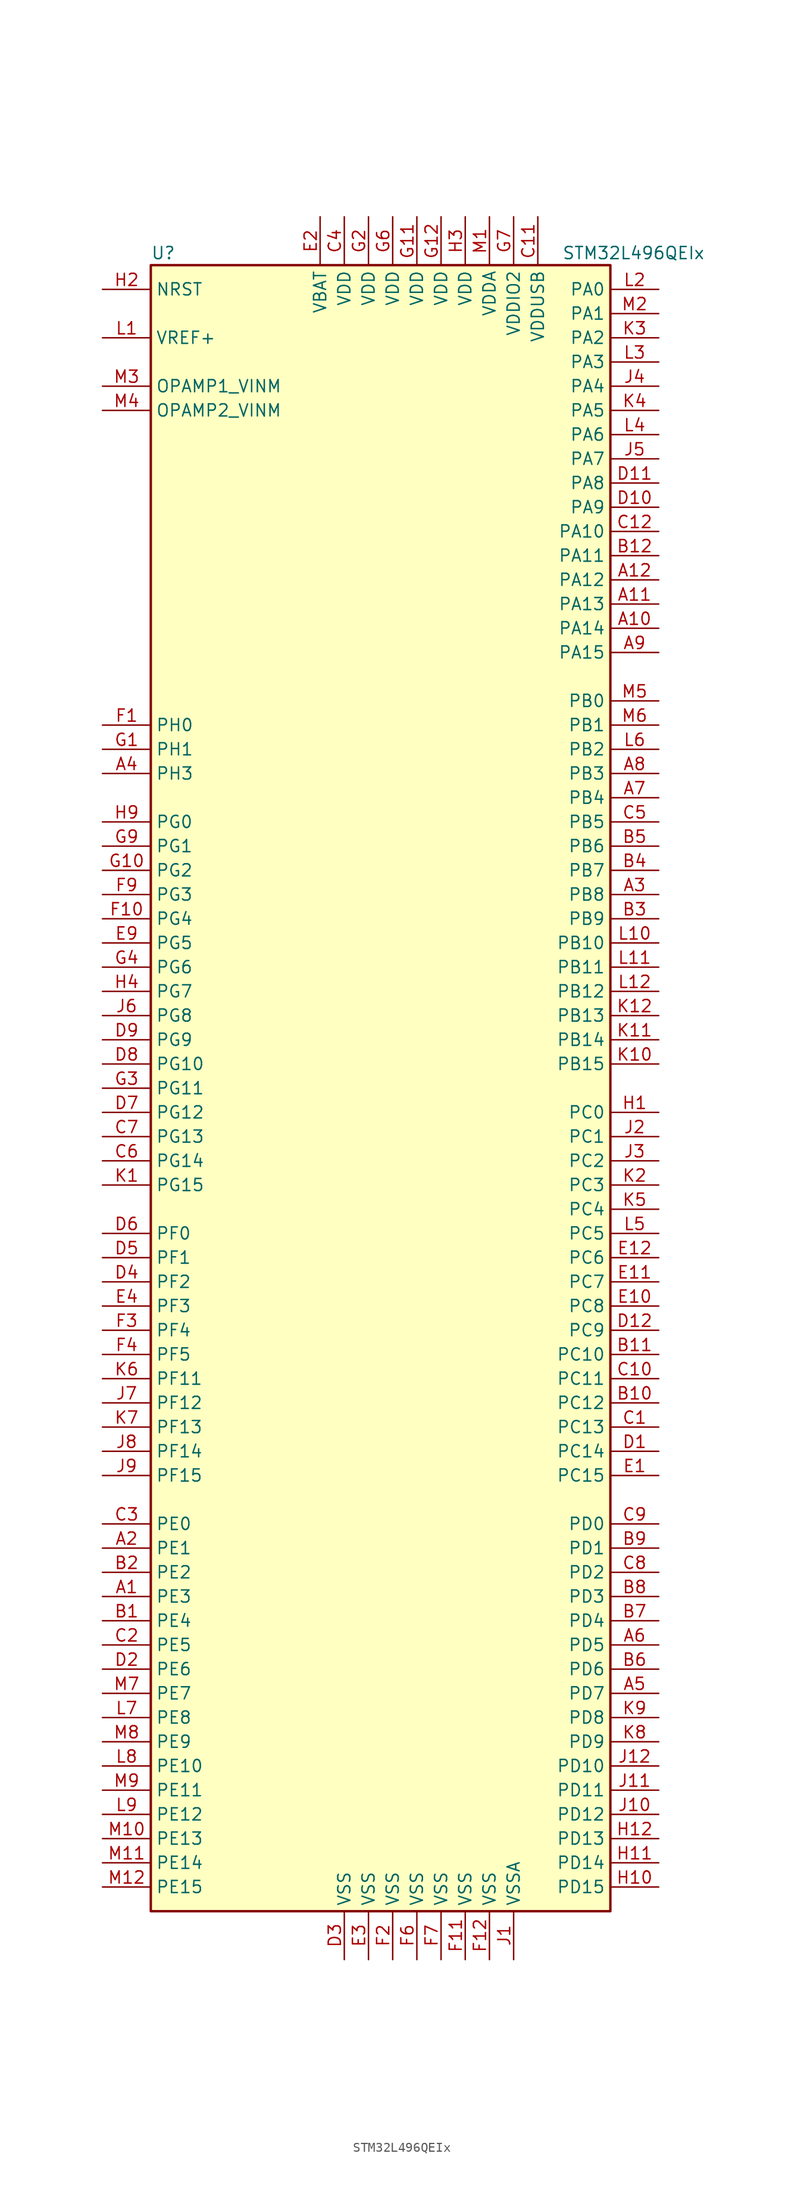
<source format=kicad_sym>
(kicad_symbol_lib
  (version 20201005)
  (generator kicad_symbol_editor)
  (symbol "STM32L496QEIx"
    (property "Reference" "U"
      (at -25.4 87.63 0)
      (effects (font (size 1.27 1.27)) (justify left)))
    (property "Value" "STM32L496QEIx"
      (at 17.78 87.63 0)
      (effects (font (size 1.27 1.27)) (justify left)))
    (symbol "STM32L496QEIx_0_1"
      (rectangle (start -25.4 -86.36) (end 22.86 86.36) (stroke (width 0.254)) (fill (type background))))
    (symbol "STM32L496QEIx_1_1"
      (pin input line (at -30.48 83.82 0) (length 5.08) (name "NRST" (effects (font (size 1.27 1.27)))) (number "H2" (effects (font (size 1.27 1.27)))))
      (pin bidirectional line (at -30.48 73.66 0) (length 5.08) (name "OPAMP1_VINM" (effects (font (size 1.27 1.27)))) (number "M3" (effects (font (size 1.27 1.27)))))
      (pin bidirectional line (at -30.48 71.12 0) (length 5.08) (name "OPAMP2_VINM" (effects (font (size 1.27 1.27)))) (number "M4" (effects (font (size 1.27 1.27)))))
      (pin bidirectional line (at 27.94 83.82 180) (length 5.08) (name "PA0" (effects (font (size 1.27 1.27)))) (number "L2" (effects (font (size 1.27 1.27)))))
      (pin bidirectional line (at 27.94 81.28 180) (length 5.08) (name "PA1" (effects (font (size 1.27 1.27)))) (number "M2" (effects (font (size 1.27 1.27)))))
      (pin bidirectional line (at 27.94 58.42 180) (length 5.08) (name "PA10" (effects (font (size 1.27 1.27)))) (number "C12" (effects (font (size 1.27 1.27)))))
      (pin bidirectional line (at 27.94 55.88 180) (length 5.08) (name "PA11" (effects (font (size 1.27 1.27)))) (number "B12" (effects (font (size 1.27 1.27)))))
      (pin bidirectional line (at 27.94 53.34 180) (length 5.08) (name "PA12" (effects (font (size 1.27 1.27)))) (number "A12" (effects (font (size 1.27 1.27)))))
      (pin bidirectional line (at 27.94 50.8 180) (length 5.08) (name "PA13" (effects (font (size 1.27 1.27)))) (number "A11" (effects (font (size 1.27 1.27)))))
      (pin bidirectional line (at 27.94 48.26 180) (length 5.08) (name "PA14" (effects (font (size 1.27 1.27)))) (number "A10" (effects (font (size 1.27 1.27)))))
      (pin bidirectional line (at 27.94 45.72 180) (length 5.08) (name "PA15" (effects (font (size 1.27 1.27)))) (number "A9" (effects (font (size 1.27 1.27)))))
      (pin bidirectional line (at 27.94 78.74 180) (length 5.08) (name "PA2" (effects (font (size 1.27 1.27)))) (number "K3" (effects (font (size 1.27 1.27)))))
      (pin bidirectional line (at 27.94 76.2 180) (length 5.08) (name "PA3" (effects (font (size 1.27 1.27)))) (number "L3" (effects (font (size 1.27 1.27)))))
      (pin bidirectional line (at 27.94 73.66 180) (length 5.08) (name "PA4" (effects (font (size 1.27 1.27)))) (number "J4" (effects (font (size 1.27 1.27)))))
      (pin bidirectional line (at 27.94 71.12 180) (length 5.08) (name "PA5" (effects (font (size 1.27 1.27)))) (number "K4" (effects (font (size 1.27 1.27)))))
      (pin bidirectional line (at 27.94 68.58 180) (length 5.08) (name "PA6" (effects (font (size 1.27 1.27)))) (number "L4" (effects (font (size 1.27 1.27)))))
      (pin bidirectional line (at 27.94 66.04 180) (length 5.08) (name "PA7" (effects (font (size 1.27 1.27)))) (number "J5" (effects (font (size 1.27 1.27)))))
      (pin bidirectional line (at 27.94 63.5 180) (length 5.08) (name "PA8" (effects (font (size 1.27 1.27)))) (number "D11" (effects (font (size 1.27 1.27)))))
      (pin bidirectional line (at 27.94 60.96 180) (length 5.08) (name "PA9" (effects (font (size 1.27 1.27)))) (number "D10" (effects (font (size 1.27 1.27)))))
      (pin bidirectional line (at 27.94 40.64 180) (length 5.08) (name "PB0" (effects (font (size 1.27 1.27)))) (number "M5" (effects (font (size 1.27 1.27)))))
      (pin bidirectional line (at 27.94 38.1 180) (length 5.08) (name "PB1" (effects (font (size 1.27 1.27)))) (number "M6" (effects (font (size 1.27 1.27)))))
      (pin bidirectional line (at 27.94 15.24 180) (length 5.08) (name "PB10" (effects (font (size 1.27 1.27)))) (number "L10" (effects (font (size 1.27 1.27)))))
      (pin bidirectional line (at 27.94 12.7 180) (length 5.08) (name "PB11" (effects (font (size 1.27 1.27)))) (number "L11" (effects (font (size 1.27 1.27)))))
      (pin bidirectional line (at 27.94 10.16 180) (length 5.08) (name "PB12" (effects (font (size 1.27 1.27)))) (number "L12" (effects (font (size 1.27 1.27)))))
      (pin bidirectional line (at 27.94 7.62 180) (length 5.08) (name "PB13" (effects (font (size 1.27 1.27)))) (number "K12" (effects (font (size 1.27 1.27)))))
      (pin bidirectional line (at 27.94 5.08 180) (length 5.08) (name "PB14" (effects (font (size 1.27 1.27)))) (number "K11" (effects (font (size 1.27 1.27)))))
      (pin bidirectional line (at 27.94 2.54 180) (length 5.08) (name "PB15" (effects (font (size 1.27 1.27)))) (number "K10" (effects (font (size 1.27 1.27)))))
      (pin bidirectional line (at 27.94 35.56 180) (length 5.08) (name "PB2" (effects (font (size 1.27 1.27)))) (number "L6" (effects (font (size 1.27 1.27)))))
      (pin bidirectional line (at 27.94 33.02 180) (length 5.08) (name "PB3" (effects (font (size 1.27 1.27)))) (number "A8" (effects (font (size 1.27 1.27)))))
      (pin bidirectional line (at 27.94 30.48 180) (length 5.08) (name "PB4" (effects (font (size 1.27 1.27)))) (number "A7" (effects (font (size 1.27 1.27)))))
      (pin bidirectional line (at 27.94 27.94 180) (length 5.08) (name "PB5" (effects (font (size 1.27 1.27)))) (number "C5" (effects (font (size 1.27 1.27)))))
      (pin bidirectional line (at 27.94 25.4 180) (length 5.08) (name "PB6" (effects (font (size 1.27 1.27)))) (number "B5" (effects (font (size 1.27 1.27)))))
      (pin bidirectional line (at 27.94 22.86 180) (length 5.08) (name "PB7" (effects (font (size 1.27 1.27)))) (number "B4" (effects (font (size 1.27 1.27)))))
      (pin bidirectional line (at 27.94 20.32 180) (length 5.08) (name "PB8" (effects (font (size 1.27 1.27)))) (number "A3" (effects (font (size 1.27 1.27)))))
      (pin bidirectional line (at 27.94 17.78 180) (length 5.08) (name "PB9" (effects (font (size 1.27 1.27)))) (number "B3" (effects (font (size 1.27 1.27)))))
      (pin bidirectional line (at 27.94 -2.54 180) (length 5.08) (name "PC0" (effects (font (size 1.27 1.27)))) (number "H1" (effects (font (size 1.27 1.27)))))
      (pin bidirectional line (at 27.94 -5.08 180) (length 5.08) (name "PC1" (effects (font (size 1.27 1.27)))) (number "J2" (effects (font (size 1.27 1.27)))))
      (pin bidirectional line (at 27.94 -27.94 180) (length 5.08) (name "PC10" (effects (font (size 1.27 1.27)))) (number "B11" (effects (font (size 1.27 1.27)))))
      (pin bidirectional line (at 27.94 -30.48 180) (length 5.08) (name "PC11" (effects (font (size 1.27 1.27)))) (number "C10" (effects (font (size 1.27 1.27)))))
      (pin bidirectional line (at 27.94 -33.02 180) (length 5.08) (name "PC12" (effects (font (size 1.27 1.27)))) (number "B10" (effects (font (size 1.27 1.27)))))
      (pin bidirectional line (at 27.94 -35.56 180) (length 5.08) (name "PC13" (effects (font (size 1.27 1.27)))) (number "C1" (effects (font (size 1.27 1.27)))))
      (pin bidirectional line (at 27.94 -38.1 180) (length 5.08) (name "PC14" (effects (font (size 1.27 1.27)))) (number "D1" (effects (font (size 1.27 1.27)))))
      (pin bidirectional line (at 27.94 -40.64 180) (length 5.08) (name "PC15" (effects (font (size 1.27 1.27)))) (number "E1" (effects (font (size 1.27 1.27)))))
      (pin bidirectional line (at 27.94 -7.62 180) (length 5.08) (name "PC2" (effects (font (size 1.27 1.27)))) (number "J3" (effects (font (size 1.27 1.27)))))
      (pin bidirectional line (at 27.94 -10.16 180) (length 5.08) (name "PC3" (effects (font (size 1.27 1.27)))) (number "K2" (effects (font (size 1.27 1.27)))))
      (pin bidirectional line (at 27.94 -12.7 180) (length 5.08) (name "PC4" (effects (font (size 1.27 1.27)))) (number "K5" (effects (font (size 1.27 1.27)))))
      (pin bidirectional line (at 27.94 -15.24 180) (length 5.08) (name "PC5" (effects (font (size 1.27 1.27)))) (number "L5" (effects (font (size 1.27 1.27)))))
      (pin bidirectional line (at 27.94 -17.78 180) (length 5.08) (name "PC6" (effects (font (size 1.27 1.27)))) (number "E12" (effects (font (size 1.27 1.27)))))
      (pin bidirectional line (at 27.94 -20.32 180) (length 5.08) (name "PC7" (effects (font (size 1.27 1.27)))) (number "E11" (effects (font (size 1.27 1.27)))))
      (pin bidirectional line (at 27.94 -22.86 180) (length 5.08) (name "PC8" (effects (font (size 1.27 1.27)))) (number "E10" (effects (font (size 1.27 1.27)))))
      (pin bidirectional line (at 27.94 -25.4 180) (length 5.08) (name "PC9" (effects (font (size 1.27 1.27)))) (number "D12" (effects (font (size 1.27 1.27)))))
      (pin bidirectional line (at 27.94 -45.72 180) (length 5.08) (name "PD0" (effects (font (size 1.27 1.27)))) (number "C9" (effects (font (size 1.27 1.27)))))
      (pin bidirectional line (at 27.94 -48.26 180) (length 5.08) (name "PD1" (effects (font (size 1.27 1.27)))) (number "B9" (effects (font (size 1.27 1.27)))))
      (pin bidirectional line (at 27.94 -71.12 180) (length 5.08) (name "PD10" (effects (font (size 1.27 1.27)))) (number "J12" (effects (font (size 1.27 1.27)))))
      (pin bidirectional line (at 27.94 -73.66 180) (length 5.08) (name "PD11" (effects (font (size 1.27 1.27)))) (number "J11" (effects (font (size 1.27 1.27)))))
      (pin bidirectional line (at 27.94 -76.2 180) (length 5.08) (name "PD12" (effects (font (size 1.27 1.27)))) (number "J10" (effects (font (size 1.27 1.27)))))
      (pin bidirectional line (at 27.94 -78.74 180) (length 5.08) (name "PD13" (effects (font (size 1.27 1.27)))) (number "H12" (effects (font (size 1.27 1.27)))))
      (pin bidirectional line (at 27.94 -81.28 180) (length 5.08) (name "PD14" (effects (font (size 1.27 1.27)))) (number "H11" (effects (font (size 1.27 1.27)))))
      (pin bidirectional line (at 27.94 -83.82 180) (length 5.08) (name "PD15" (effects (font (size 1.27 1.27)))) (number "H10" (effects (font (size 1.27 1.27)))))
      (pin bidirectional line (at 27.94 -50.8 180) (length 5.08) (name "PD2" (effects (font (size 1.27 1.27)))) (number "C8" (effects (font (size 1.27 1.27)))))
      (pin bidirectional line (at 27.94 -53.34 180) (length 5.08) (name "PD3" (effects (font (size 1.27 1.27)))) (number "B8" (effects (font (size 1.27 1.27)))))
      (pin bidirectional line (at 27.94 -55.88 180) (length 5.08) (name "PD4" (effects (font (size 1.27 1.27)))) (number "B7" (effects (font (size 1.27 1.27)))))
      (pin bidirectional line (at 27.94 -58.42 180) (length 5.08) (name "PD5" (effects (font (size 1.27 1.27)))) (number "A6" (effects (font (size 1.27 1.27)))))
      (pin bidirectional line (at 27.94 -60.96 180) (length 5.08) (name "PD6" (effects (font (size 1.27 1.27)))) (number "B6" (effects (font (size 1.27 1.27)))))
      (pin bidirectional line (at 27.94 -63.5 180) (length 5.08) (name "PD7" (effects (font (size 1.27 1.27)))) (number "A5" (effects (font (size 1.27 1.27)))))
      (pin bidirectional line (at 27.94 -66.04 180) (length 5.08) (name "PD8" (effects (font (size 1.27 1.27)))) (number "K9" (effects (font (size 1.27 1.27)))))
      (pin bidirectional line (at 27.94 -68.58 180) (length 5.08) (name "PD9" (effects (font (size 1.27 1.27)))) (number "K8" (effects (font (size 1.27 1.27)))))
      (pin bidirectional line (at -30.48 -45.72 0) (length 5.08) (name "PE0" (effects (font (size 1.27 1.27)))) (number "C3" (effects (font (size 1.27 1.27)))))
      (pin bidirectional line (at -30.48 -48.26 0) (length 5.08) (name "PE1" (effects (font (size 1.27 1.27)))) (number "A2" (effects (font (size 1.27 1.27)))))
      (pin bidirectional line (at -30.48 -71.12 0) (length 5.08) (name "PE10" (effects (font (size 1.27 1.27)))) (number "L8" (effects (font (size 1.27 1.27)))))
      (pin bidirectional line (at -30.48 -73.66 0) (length 5.08) (name "PE11" (effects (font (size 1.27 1.27)))) (number "M9" (effects (font (size 1.27 1.27)))))
      (pin bidirectional line (at -30.48 -76.2 0) (length 5.08) (name "PE12" (effects (font (size 1.27 1.27)))) (number "L9" (effects (font (size 1.27 1.27)))))
      (pin bidirectional line (at -30.48 -78.74 0) (length 5.08) (name "PE13" (effects (font (size 1.27 1.27)))) (number "M10" (effects (font (size 1.27 1.27)))))
      (pin bidirectional line (at -30.48 -81.28 0) (length 5.08) (name "PE14" (effects (font (size 1.27 1.27)))) (number "M11" (effects (font (size 1.27 1.27)))))
      (pin bidirectional line (at -30.48 -83.82 0) (length 5.08) (name "PE15" (effects (font (size 1.27 1.27)))) (number "M12" (effects (font (size 1.27 1.27)))))
      (pin bidirectional line (at -30.48 -50.8 0) (length 5.08) (name "PE2" (effects (font (size 1.27 1.27)))) (number "B2" (effects (font (size 1.27 1.27)))))
      (pin bidirectional line (at -30.48 -53.34 0) (length 5.08) (name "PE3" (effects (font (size 1.27 1.27)))) (number "A1" (effects (font (size 1.27 1.27)))))
      (pin bidirectional line (at -30.48 -55.88 0) (length 5.08) (name "PE4" (effects (font (size 1.27 1.27)))) (number "B1" (effects (font (size 1.27 1.27)))))
      (pin bidirectional line (at -30.48 -58.42 0) (length 5.08) (name "PE5" (effects (font (size 1.27 1.27)))) (number "C2" (effects (font (size 1.27 1.27)))))
      (pin bidirectional line (at -30.48 -60.96 0) (length 5.08) (name "PE6" (effects (font (size 1.27 1.27)))) (number "D2" (effects (font (size 1.27 1.27)))))
      (pin bidirectional line (at -30.48 -63.5 0) (length 5.08) (name "PE7" (effects (font (size 1.27 1.27)))) (number "M7" (effects (font (size 1.27 1.27)))))
      (pin bidirectional line (at -30.48 -66.04 0) (length 5.08) (name "PE8" (effects (font (size 1.27 1.27)))) (number "L7" (effects (font (size 1.27 1.27)))))
      (pin bidirectional line (at -30.48 -68.58 0) (length 5.08) (name "PE9" (effects (font (size 1.27 1.27)))) (number "M8" (effects (font (size 1.27 1.27)))))
      (pin bidirectional line (at -30.48 -15.24 0) (length 5.08) (name "PF0" (effects (font (size 1.27 1.27)))) (number "D6" (effects (font (size 1.27 1.27)))))
      (pin bidirectional line (at -30.48 -17.78 0) (length 5.08) (name "PF1" (effects (font (size 1.27 1.27)))) (number "D5" (effects (font (size 1.27 1.27)))))
      (pin bidirectional line (at -30.48 -30.48 0) (length 5.08) (name "PF11" (effects (font (size 1.27 1.27)))) (number "K6" (effects (font (size 1.27 1.27)))))
      (pin bidirectional line (at -30.48 -33.02 0) (length 5.08) (name "PF12" (effects (font (size 1.27 1.27)))) (number "J7" (effects (font (size 1.27 1.27)))))
      (pin bidirectional line (at -30.48 -35.56 0) (length 5.08) (name "PF13" (effects (font (size 1.27 1.27)))) (number "K7" (effects (font (size 1.27 1.27)))))
      (pin bidirectional line (at -30.48 -38.1 0) (length 5.08) (name "PF14" (effects (font (size 1.27 1.27)))) (number "J8" (effects (font (size 1.27 1.27)))))
      (pin bidirectional line (at -30.48 -40.64 0) (length 5.08) (name "PF15" (effects (font (size 1.27 1.27)))) (number "J9" (effects (font (size 1.27 1.27)))))
      (pin bidirectional line (at -30.48 -20.32 0) (length 5.08) (name "PF2" (effects (font (size 1.27 1.27)))) (number "D4" (effects (font (size 1.27 1.27)))))
      (pin bidirectional line (at -30.48 -22.86 0) (length 5.08) (name "PF3" (effects (font (size 1.27 1.27)))) (number "E4" (effects (font (size 1.27 1.27)))))
      (pin bidirectional line (at -30.48 -25.4 0) (length 5.08) (name "PF4" (effects (font (size 1.27 1.27)))) (number "F3" (effects (font (size 1.27 1.27)))))
      (pin bidirectional line (at -30.48 -27.94 0) (length 5.08) (name "PF5" (effects (font (size 1.27 1.27)))) (number "F4" (effects (font (size 1.27 1.27)))))
      (pin bidirectional line (at -30.48 27.94 0) (length 5.08) (name "PG0" (effects (font (size 1.27 1.27)))) (number "H9" (effects (font (size 1.27 1.27)))))
      (pin bidirectional line (at -30.48 25.4 0) (length 5.08) (name "PG1" (effects (font (size 1.27 1.27)))) (number "G9" (effects (font (size 1.27 1.27)))))
      (pin bidirectional line (at -30.48 2.54 0) (length 5.08) (name "PG10" (effects (font (size 1.27 1.27)))) (number "D8" (effects (font (size 1.27 1.27)))))
      (pin bidirectional line (at -30.48 0 0) (length 5.08) (name "PG11" (effects (font (size 1.27 1.27)))) (number "G3" (effects (font (size 1.27 1.27)))))
      (pin bidirectional line (at -30.48 -2.54 0) (length 5.08) (name "PG12" (effects (font (size 1.27 1.27)))) (number "D7" (effects (font (size 1.27 1.27)))))
      (pin bidirectional line (at -30.48 -5.08 0) (length 5.08) (name "PG13" (effects (font (size 1.27 1.27)))) (number "C7" (effects (font (size 1.27 1.27)))))
      (pin bidirectional line (at -30.48 -7.62 0) (length 5.08) (name "PG14" (effects (font (size 1.27 1.27)))) (number "C6" (effects (font (size 1.27 1.27)))))
      (pin bidirectional line (at -30.48 -10.16 0) (length 5.08) (name "PG15" (effects (font (size 1.27 1.27)))) (number "K1" (effects (font (size 1.27 1.27)))))
      (pin bidirectional line (at -30.48 22.86 0) (length 5.08) (name "PG2" (effects (font (size 1.27 1.27)))) (number "G10" (effects (font (size 1.27 1.27)))))
      (pin bidirectional line (at -30.48 20.32 0) (length 5.08) (name "PG3" (effects (font (size 1.27 1.27)))) (number "F9" (effects (font (size 1.27 1.27)))))
      (pin bidirectional line (at -30.48 17.78 0) (length 5.08) (name "PG4" (effects (font (size 1.27 1.27)))) (number "F10" (effects (font (size 1.27 1.27)))))
      (pin bidirectional line (at -30.48 15.24 0) (length 5.08) (name "PG5" (effects (font (size 1.27 1.27)))) (number "E9" (effects (font (size 1.27 1.27)))))
      (pin bidirectional line (at -30.48 12.7 0) (length 5.08) (name "PG6" (effects (font (size 1.27 1.27)))) (number "G4" (effects (font (size 1.27 1.27)))))
      (pin bidirectional line (at -30.48 10.16 0) (length 5.08) (name "PG7" (effects (font (size 1.27 1.27)))) (number "H4" (effects (font (size 1.27 1.27)))))
      (pin bidirectional line (at -30.48 7.62 0) (length 5.08) (name "PG8" (effects (font (size 1.27 1.27)))) (number "J6" (effects (font (size 1.27 1.27)))))
      (pin bidirectional line (at -30.48 5.08 0) (length 5.08) (name "PG9" (effects (font (size 1.27 1.27)))) (number "D9" (effects (font (size 1.27 1.27)))))
      (pin input line (at -30.48 38.1 0) (length 5.08) (name "PH0" (effects (font (size 1.27 1.27)))) (number "F1" (effects (font (size 1.27 1.27)))))
      (pin input line (at -30.48 35.56 0) (length 5.08) (name "PH1" (effects (font (size 1.27 1.27)))) (number "G1" (effects (font (size 1.27 1.27)))))
      (pin bidirectional line (at -30.48 33.02 0) (length 5.08) (name "PH3" (effects (font (size 1.27 1.27)))) (number "A4" (effects (font (size 1.27 1.27)))))
      (pin power_in line (at -7.62 91.44 270) (length 5.08) (name "VBAT" (effects (font (size 1.27 1.27)))) (number "E2" (effects (font (size 1.27 1.27)))))
      (pin power_in line (at -5.08 91.44 270) (length 5.08) (name "VDD" (effects (font (size 1.27 1.27)))) (number "C4" (effects (font (size 1.27 1.27)))))
      (pin power_in line (at 2.54 91.44 270) (length 5.08) (name "VDD" (effects (font (size 1.27 1.27)))) (number "G11" (effects (font (size 1.27 1.27)))))
      (pin power_in line (at 5.08 91.44 270) (length 5.08) (name "VDD" (effects (font (size 1.27 1.27)))) (number "G12" (effects (font (size 1.27 1.27)))))
      (pin power_in line (at -2.54 91.44 270) (length 5.08) (name "VDD" (effects (font (size 1.27 1.27)))) (number "G2" (effects (font (size 1.27 1.27)))))
      (pin power_in line (at 0 91.44 270) (length 5.08) (name "VDD" (effects (font (size 1.27 1.27)))) (number "G6" (effects (font (size 1.27 1.27)))))
      (pin power_in line (at 7.62 91.44 270) (length 5.08) (name "VDD" (effects (font (size 1.27 1.27)))) (number "H3" (effects (font (size 1.27 1.27)))))
      (pin power_in line (at 10.16 91.44 270) (length 5.08) (name "VDDA" (effects (font (size 1.27 1.27)))) (number "M1" (effects (font (size 1.27 1.27)))))
      (pin power_in line (at 12.7 91.44 270) (length 5.08) (name "VDDIO2" (effects (font (size 1.27 1.27)))) (number "G7" (effects (font (size 1.27 1.27)))))
      (pin power_in line (at 15.24 91.44 270) (length 5.08) (name "VDDUSB" (effects (font (size 1.27 1.27)))) (number "C11" (effects (font (size 1.27 1.27)))))
      (pin bidirectional line (at -30.48 78.74 0) (length 5.08) (name "VREF+" (effects (font (size 1.27 1.27)))) (number "L1" (effects (font (size 1.27 1.27)))))
      (pin power_in line (at -5.08 -91.44 90) (length 5.08) (name "VSS" (effects (font (size 1.27 1.27)))) (number "D3" (effects (font (size 1.27 1.27)))))
      (pin power_in line (at -2.54 -91.44 90) (length 5.08) (name "VSS" (effects (font (size 1.27 1.27)))) (number "E3" (effects (font (size 1.27 1.27)))))
      (pin power_in line (at 7.62 -91.44 90) (length 5.08) (name "VSS" (effects (font (size 1.27 1.27)))) (number "F11" (effects (font (size 1.27 1.27)))))
      (pin power_in line (at 10.16 -91.44 90) (length 5.08) (name "VSS" (effects (font (size 1.27 1.27)))) (number "F12" (effects (font (size 1.27 1.27)))))
      (pin power_in line (at 0 -91.44 90) (length 5.08) (name "VSS" (effects (font (size 1.27 1.27)))) (number "F2" (effects (font (size 1.27 1.27)))))
      (pin power_in line (at 2.54 -91.44 90) (length 5.08) (name "VSS" (effects (font (size 1.27 1.27)))) (number "F6" (effects (font (size 1.27 1.27)))))
      (pin power_in line (at 5.08 -91.44 90) (length 5.08) (name "VSS" (effects (font (size 1.27 1.27)))) (number "F7" (effects (font (size 1.27 1.27)))))
      (pin power_in line (at 12.7 -91.44 90) (length 5.08) (name "VSSA" (effects (font (size 1.27 1.27)))) (number "J1" (effects (font (size 1.27 1.27))))))))
</source>
